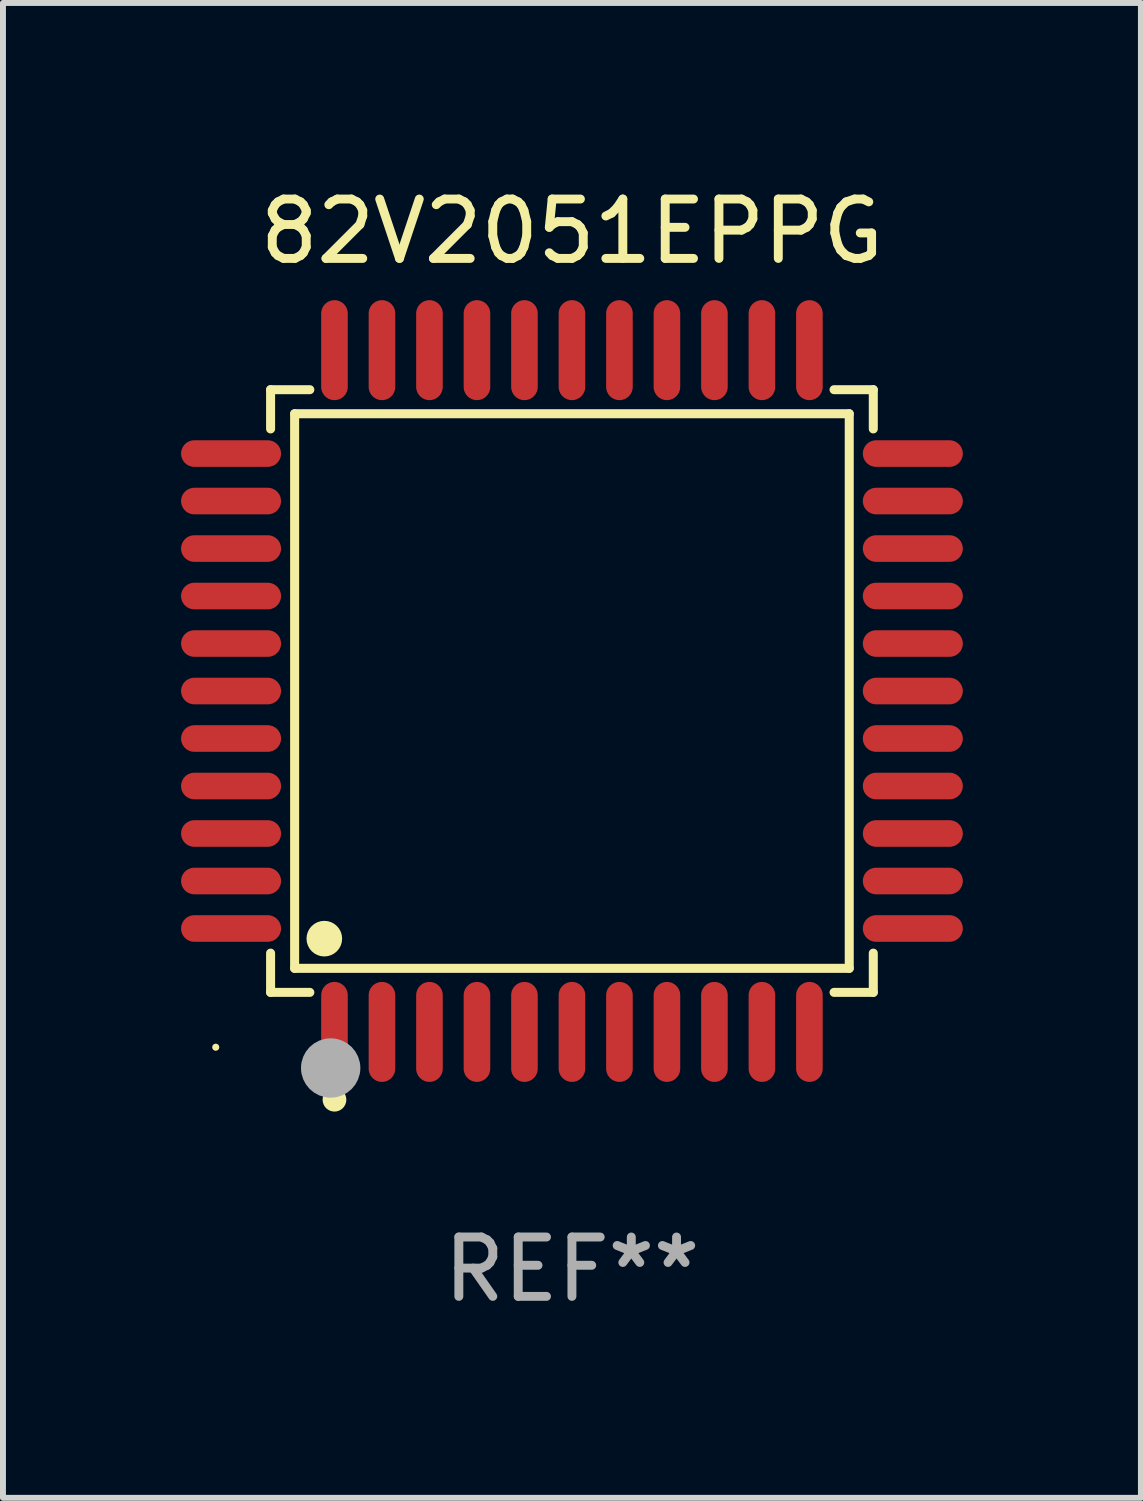
<source format=kicad_pcb>
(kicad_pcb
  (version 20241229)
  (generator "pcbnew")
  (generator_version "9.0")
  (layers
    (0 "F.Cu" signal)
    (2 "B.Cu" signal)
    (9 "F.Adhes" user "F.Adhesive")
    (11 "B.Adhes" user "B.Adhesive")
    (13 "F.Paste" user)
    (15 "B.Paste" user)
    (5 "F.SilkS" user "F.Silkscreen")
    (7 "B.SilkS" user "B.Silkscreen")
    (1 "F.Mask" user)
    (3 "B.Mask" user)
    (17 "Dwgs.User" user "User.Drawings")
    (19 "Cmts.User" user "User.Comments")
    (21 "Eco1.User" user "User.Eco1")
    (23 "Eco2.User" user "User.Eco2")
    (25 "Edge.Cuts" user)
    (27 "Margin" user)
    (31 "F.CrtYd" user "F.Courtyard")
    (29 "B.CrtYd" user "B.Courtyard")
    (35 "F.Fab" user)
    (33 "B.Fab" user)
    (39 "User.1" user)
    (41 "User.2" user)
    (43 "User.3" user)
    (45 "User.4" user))
  (footprint "82V2051EPPG"
    (layer "F.Cu")
    (at 6.584 8.59)
    (property "Reference" "82V2051EPPG" (at 0 -7.742 0) (layer "F.SilkS") (effects (font (size 1 1) (thickness 0.15))))
    (attr through_hole)
    (fp_line (start -5.076 -5.076) (end -4.415 -5.076) (stroke (width 0.152) (type solid)) (layer "F.SilkS"))
    (fp_line (start -5.076 -4.415) (end -5.076 -5.076) (stroke (width 0.152) (type solid)) (layer "F.SilkS"))
    (fp_line (start -5.076 4.415) (end -5.076 5.076) (stroke (width 0.152) (type solid)) (layer "F.SilkS"))
    (fp_line (start -5.076 5.076) (end -4.415 5.076) (stroke (width 0.152) (type solid)) (layer "F.SilkS"))
    (fp_line (start -4.671 -4.671) (end 4.671 -4.671) (stroke (width 0.152) (type solid)) (layer "F.SilkS"))
    (fp_line (start -4.671 4.671) (end -4.671 -4.671) (stroke (width 0.152) (type solid)) (layer "F.SilkS"))
    (fp_line (start 4.671 -4.671) (end 4.671 4.671) (stroke (width 0.152) (type solid)) (layer "F.SilkS"))
    (fp_line (start 4.671 4.671) (end -4.671 4.671) (stroke (width 0.152) (type solid)) (layer "F.SilkS"))
    (fp_line (start 5.076 -5.076) (end 4.415 -5.076) (stroke (width 0.152) (type solid)) (layer "F.SilkS"))
    (fp_line (start 5.076 -4.415) (end 5.076 -5.076) (stroke (width 0.152) (type solid)) (layer "F.SilkS"))
    (fp_line (start 5.076 4.415) (end 5.076 5.076) (stroke (width 0.152) (type solid)) (layer "F.SilkS"))
    (fp_line (start 5.076 5.076) (end 4.415 5.076) (stroke (width 0.152) (type solid)) (layer "F.SilkS"))
    (fp_circle (center -6 6) (end -5.97 6) (stroke (width 0.06) (type solid)) (fill no) (layer "F.SilkS"))
    (fp_circle (center -4.171 4.171) (end -4.021 4.171) (stroke (width 0.3) (type solid)) (fill no) (layer "F.SilkS"))
    (fp_circle (center -4 6.884) (end -3.9 6.884) (stroke (width 0.2) (type solid)) (fill no) (layer "F.SilkS"))
    (fp_circle (center -4.064 6.35) (end -3.814 6.35) (stroke (width 0.5) (type solid)) (fill no) (layer "F.Fab"))
    (fp_text user "REF**" (at 0 9.742 0) (layer "F.Fab") (effects (font (size 1 1) (thickness 0.15))))
    (pad "1" smd oval (at -4 5.742) (size 0.448 1.684) (layers "F.Cu" "F.Mask" "F.Paste"))
    (pad "2" smd oval (at -3.2 5.742) (size 0.448 1.684) (layers "F.Cu" "F.Mask" "F.Paste"))
    (pad "3" smd oval (at -2.4 5.742) (size 0.448 1.684) (layers "F.Cu" "F.Mask" "F.Paste"))
    (pad "4" smd oval (at -1.6 5.742) (size 0.448 1.684) (layers "F.Cu" "F.Mask" "F.Paste"))
    (pad "5" smd oval (at -0.8 5.742) (size 0.448 1.684) (layers "F.Cu" "F.Mask" "F.Paste"))
    (pad "6" smd oval (at 0 5.742) (size 0.448 1.684) (layers "F.Cu" "F.Mask" "F.Paste"))
    (pad "7" smd oval (at 0.8 5.742) (size 0.448 1.684) (layers "F.Cu" "F.Mask" "F.Paste"))
    (pad "8" smd oval (at 1.6 5.742) (size 0.448 1.684) (layers "F.Cu" "F.Mask" "F.Paste"))
    (pad "9" smd oval (at 2.4 5.742) (size 0.448 1.684) (layers "F.Cu" "F.Mask" "F.Paste"))
    (pad "10" smd oval (at 3.2 5.742) (size 0.448 1.684) (layers "F.Cu" "F.Mask" "F.Paste"))
    (pad "11" smd oval (at 4 5.742) (size 0.448 1.684) (layers "F.Cu" "F.Mask" "F.Paste"))
    (pad "12" smd oval (at 5.742 4) (size 1.684 0.448) (layers "F.Cu" "F.Mask" "F.Paste"))
    (pad "13" smd oval (at 5.742 3.2) (size 1.684 0.448) (layers "F.Cu" "F.Mask" "F.Paste"))
    (pad "14" smd oval (at 5.742 2.4) (size 1.684 0.448) (layers "F.Cu" "F.Mask" "F.Paste"))
    (pad "15" smd oval (at 5.742 1.6) (size 1.684 0.448) (layers "F.Cu" "F.Mask" "F.Paste"))
    (pad "16" smd oval (at 5.742 0.8) (size 1.684 0.448) (layers "F.Cu" "F.Mask" "F.Paste"))
    (pad "17" smd oval (at 5.742 0) (size 1.684 0.448) (layers "F.Cu" "F.Mask" "F.Paste"))
    (pad "18" smd oval (at 5.742 -0.8) (size 1.684 0.448) (layers "F.Cu" "F.Mask" "F.Paste"))
    (pad "19" smd oval (at 5.742 -1.6) (size 1.684 0.448) (layers "F.Cu" "F.Mask" "F.Paste"))
    (pad "20" smd oval (at 5.742 -2.4) (size 1.684 0.448) (layers "F.Cu" "F.Mask" "F.Paste"))
    (pad "21" smd oval (at 5.742 -3.2) (size 1.684 0.448) (layers "F.Cu" "F.Mask" "F.Paste"))
    (pad "22" smd oval (at 5.742 -4) (size 1.684 0.448) (layers "F.Cu" "F.Mask" "F.Paste"))
    (pad "23" smd oval (at 4 -5.742) (size 0.448 1.684) (layers "F.Cu" "F.Mask" "F.Paste"))
    (pad "24" smd oval (at 3.2 -5.742) (size 0.448 1.684) (layers "F.Cu" "F.Mask" "F.Paste"))
    (pad "25" smd oval (at 2.4 -5.742) (size 0.448 1.684) (layers "F.Cu" "F.Mask" "F.Paste"))
    (pad "26" smd oval (at 1.6 -5.742) (size 0.448 1.684) (layers "F.Cu" "F.Mask" "F.Paste"))
    (pad "27" smd oval (at 0.8 -5.742) (size 0.448 1.684) (layers "F.Cu" "F.Mask" "F.Paste"))
    (pad "28" smd oval (at 0 -5.742) (size 0.448 1.684) (layers "F.Cu" "F.Mask" "F.Paste"))
    (pad "29" smd oval (at -0.8 -5.742) (size 0.448 1.684) (layers "F.Cu" "F.Mask" "F.Paste"))
    (pad "30" smd oval (at -1.6 -5.742) (size 0.448 1.684) (layers "F.Cu" "F.Mask" "F.Paste"))
    (pad "31" smd oval (at -2.4 -5.742) (size 0.448 1.684) (layers "F.Cu" "F.Mask" "F.Paste"))
    (pad "32" smd oval (at -3.2 -5.742) (size 0.448 1.684) (layers "F.Cu" "F.Mask" "F.Paste"))
    (pad "33" smd oval (at -4 -5.742) (size 0.448 1.684) (layers "F.Cu" "F.Mask" "F.Paste"))
    (pad "34" smd oval (at -5.742 -4) (size 1.684 0.448) (layers "F.Cu" "F.Mask" "F.Paste"))
    (pad "35" smd oval (at -5.742 -3.2) (size 1.684 0.448) (layers "F.Cu" "F.Mask" "F.Paste"))
    (pad "36" smd oval (at -5.742 -2.4) (size 1.684 0.448) (layers "F.Cu" "F.Mask" "F.Paste"))
    (pad "37" smd oval (at -5.742 -1.6) (size 1.684 0.448) (layers "F.Cu" "F.Mask" "F.Paste"))
    (pad "38" smd oval (at -5.742 -0.8) (size 1.684 0.448) (layers "F.Cu" "F.Mask" "F.Paste"))
    (pad "39" smd oval (at -5.742 0) (size 1.684 0.448) (layers "F.Cu" "F.Mask" "F.Paste"))
    (pad "40" smd oval (at -5.742 0.8) (size 1.684 0.448) (layers "F.Cu" "F.Mask" "F.Paste"))
    (pad "41" smd oval (at -5.742 1.6) (size 1.684 0.448) (layers "F.Cu" "F.Mask" "F.Paste"))
    (pad "42" smd oval (at -5.742 2.4) (size 1.684 0.448) (layers "F.Cu" "F.Mask" "F.Paste"))
    (pad "43" smd oval (at -5.742 3.2) (size 1.684 0.448) (layers "F.Cu" "F.Mask" "F.Paste"))
    (pad "44" smd oval (at -5.742 4) (size 1.684 0.448) (layers "F.Cu" "F.Mask" "F.Paste")))
  (gr_rect
    (start -3 -3)
    (end 16.168 22.18)
    (stroke (width 0.1) (type default))
    (fill no)
    (layer "Edge.Cuts")))
</source>
